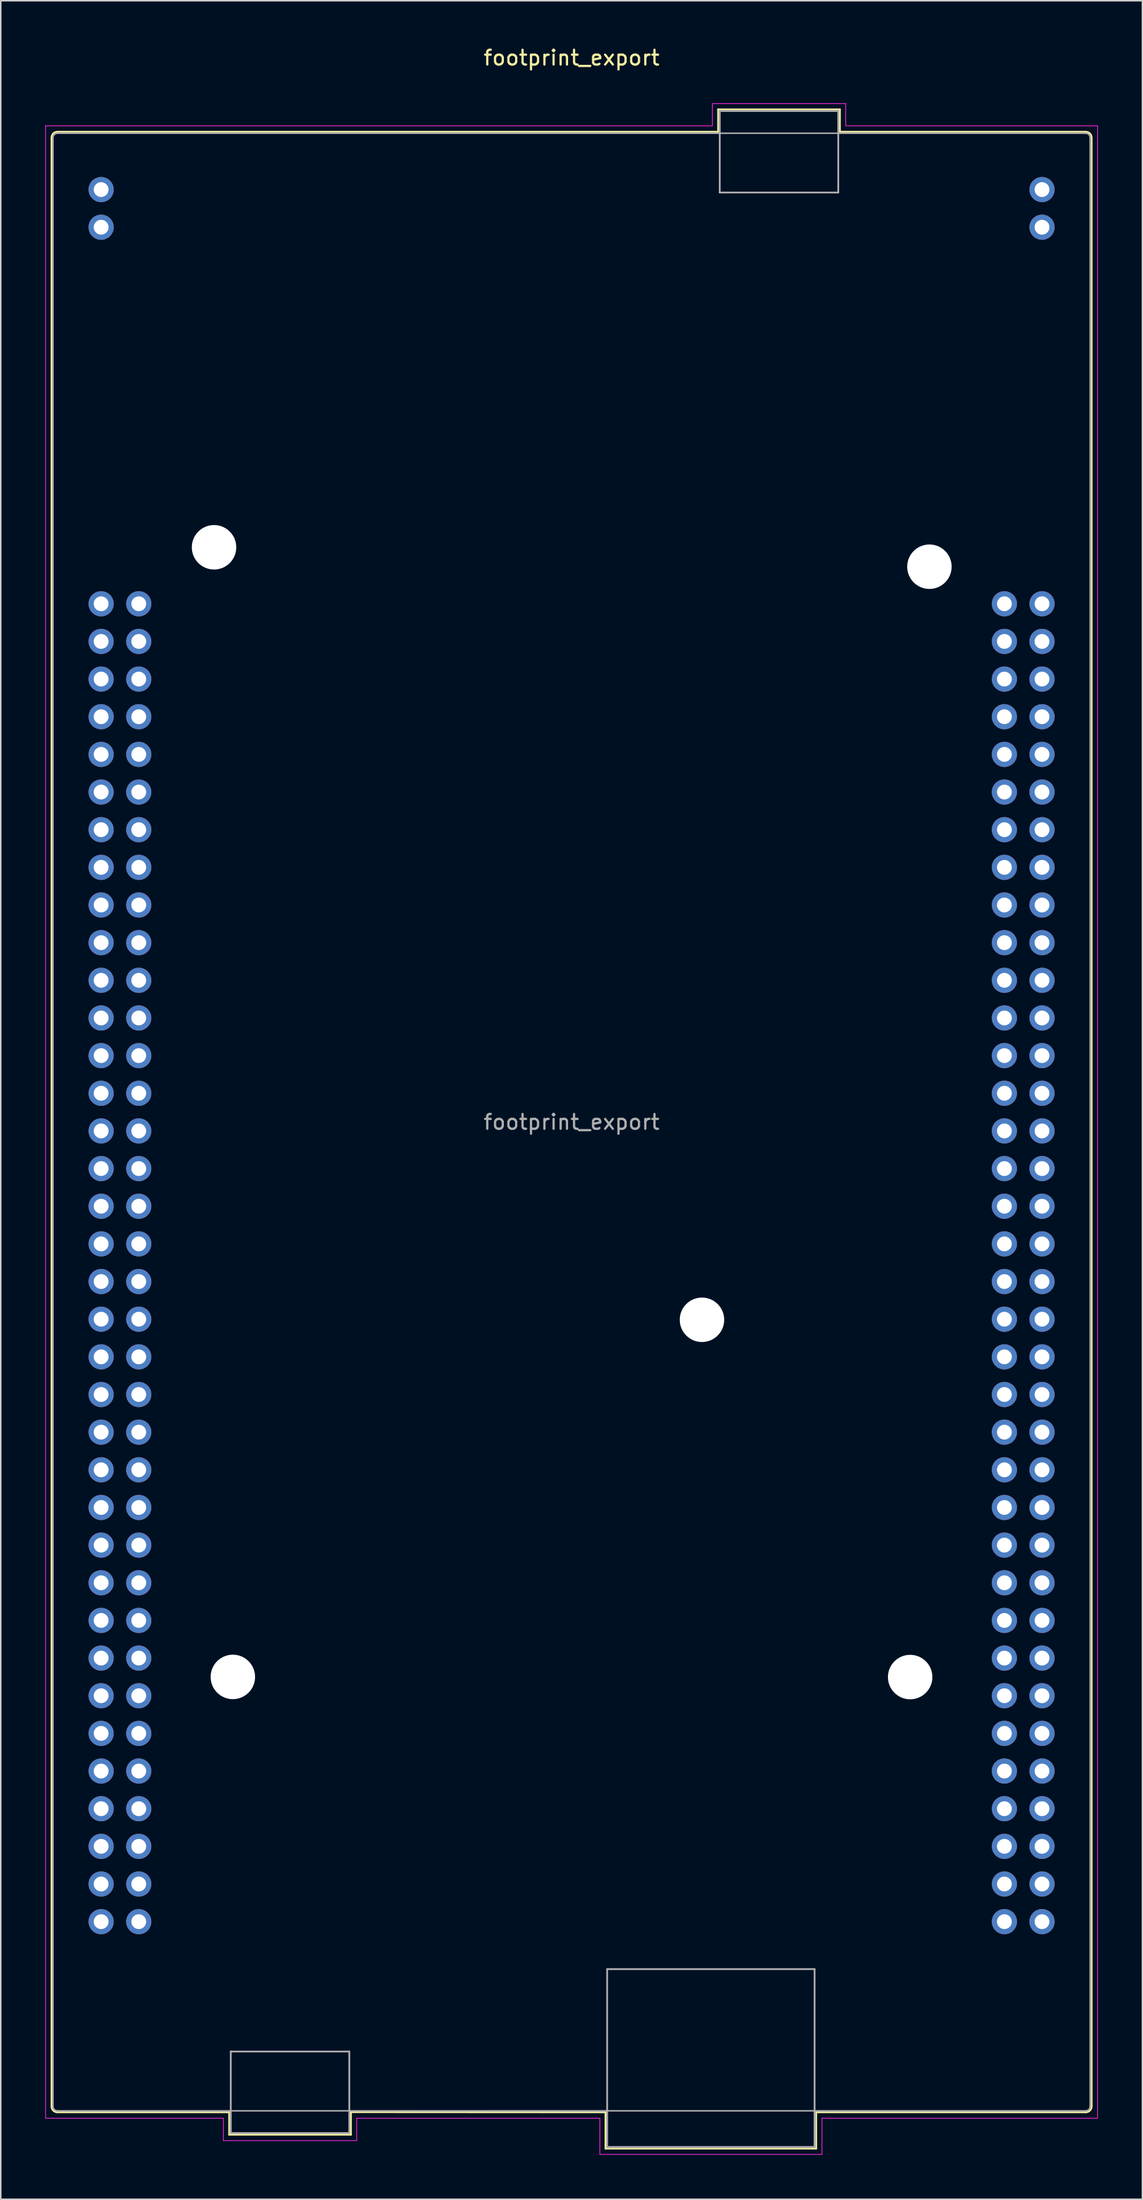
<source format=kicad_pcb>
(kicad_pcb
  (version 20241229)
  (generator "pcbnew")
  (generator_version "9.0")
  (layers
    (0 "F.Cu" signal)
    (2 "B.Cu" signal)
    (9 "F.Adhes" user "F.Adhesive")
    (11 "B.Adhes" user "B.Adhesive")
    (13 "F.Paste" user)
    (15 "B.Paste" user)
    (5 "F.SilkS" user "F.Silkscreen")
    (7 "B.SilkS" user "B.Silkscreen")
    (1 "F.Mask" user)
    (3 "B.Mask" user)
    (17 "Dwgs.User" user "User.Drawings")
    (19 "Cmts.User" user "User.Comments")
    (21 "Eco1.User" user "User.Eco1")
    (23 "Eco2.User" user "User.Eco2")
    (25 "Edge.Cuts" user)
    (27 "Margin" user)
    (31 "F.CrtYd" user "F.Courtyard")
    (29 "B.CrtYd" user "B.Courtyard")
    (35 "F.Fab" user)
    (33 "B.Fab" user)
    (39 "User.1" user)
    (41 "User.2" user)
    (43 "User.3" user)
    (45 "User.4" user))
  (footprint "footprint_export"
    (layer "F.Cu")
    (at 3.775 37.678)
    (property "Reference" "footprint_export" (at 31.75 -36.83 0) (layer "F.SilkS") (effects (font (size 1 1) (thickness 0.15))))
    (attr through_hole)
    (fp_line (start -3.35 -31.44) (end -3.35 101.36) (stroke (width 0.12) (type solid)) (layer "F.SilkS"))
    (fp_line (start 8.64 101.76) (end -2.95 101.76) (stroke (width 0.12) (type solid)) (layer "F.SilkS"))
    (fp_line (start 8.64 101.76) (end 8.64 103.27) (stroke (width 0.12) (type solid)) (layer "F.SilkS"))
    (fp_line (start 8.64 103.27) (end 16.86 103.27) (stroke (width 0.12) (type solid)) (layer "F.SilkS"))
    (fp_line (start 16.86 103.27) (end 16.86 101.75) (stroke (width 0.12) (type solid)) (layer "F.SilkS"))
    (fp_line (start 34.04 101.76) (end 16.86 101.75) (stroke (width 0.12) (type solid)) (layer "F.SilkS"))
    (fp_line (start 34.04 104.21) (end 34.04 101.76) (stroke (width 0.12) (type solid)) (layer "F.SilkS"))
    (fp_line (start 41.64 -33.35) (end 49.86 -33.35) (stroke (width 0.12) (type solid)) (layer "F.SilkS"))
    (fp_line (start 41.64 -31.84) (end -2.95 -31.84) (stroke (width 0.12) (type solid)) (layer "F.SilkS"))
    (fp_line (start 41.64 -31.84) (end 41.64 -33.35) (stroke (width 0.12) (type solid)) (layer "F.SilkS"))
    (fp_line (start 48.26 101.76) (end 48.26 104.21) (stroke (width 0.12) (type solid)) (layer "F.SilkS"))
    (fp_line (start 48.26 101.76) (end 66.45 101.76) (stroke (width 0.12) (type solid)) (layer "F.SilkS"))
    (fp_line (start 48.26 104.21) (end 34.04 104.21) (stroke (width 0.12) (type solid)) (layer "F.SilkS"))
    (fp_line (start 49.86 -33.35) (end 49.86 -31.84) (stroke (width 0.12) (type solid)) (layer "F.SilkS"))
    (fp_line (start 49.86 -31.84) (end 66.45 -31.84) (stroke (width 0.12) (type solid)) (layer "F.SilkS"))
    (fp_line (start 66.85 101.36) (end 66.85 -31.44) (stroke (width 0.12) (type solid)) (layer "F.SilkS"))
    (fp_arc (start -3.35 -31.44) (mid -3.232843 -31.722843) (end -2.95 -31.84) (stroke (width 0.12) (type solid)) (layer "F.SilkS"))
    (fp_arc (start -2.95 101.76) (mid -3.232843 101.642843) (end -3.35 101.36) (stroke (width 0.12) (type solid)) (layer "F.SilkS"))
    (fp_arc (start 66.45 -31.84) (mid 66.732843 -31.722843) (end 66.85 -31.44) (stroke (width 0.12) (type solid)) (layer "F.SilkS"))
    (fp_arc (start 66.85 101.36) (mid 66.732843 101.642843) (end 66.45 101.76) (stroke (width 0.12) (type solid)) (layer "F.SilkS"))
    (fp_line (start -3.75 -32.24) (end -3.75 102.16) (stroke (width 0.05) (type solid)) (layer "F.CrtYd"))
    (fp_line (start -3.75 102.16) (end 8.25 102.16) (stroke (width 0.05) (type solid)) (layer "F.CrtYd"))
    (fp_line (start 8.25 102.16) (end 8.25 103.67) (stroke (width 0.05) (type solid)) (layer "F.CrtYd"))
    (fp_line (start 8.25 103.67) (end 17.25 103.67) (stroke (width 0.05) (type solid)) (layer "F.CrtYd"))
    (fp_line (start 17.25 102.16) (end 17.25 103.67) (stroke (width 0.05) (type solid)) (layer "F.CrtYd"))
    (fp_line (start 17.25 102.16) (end 33.66 102.16) (stroke (width 0.05) (type solid)) (layer "F.CrtYd"))
    (fp_line (start 33.66 104.6) (end 33.66 102.16) (stroke (width 0.05) (type solid)) (layer "F.CrtYd"))
    (fp_line (start 33.66 104.6) (end 48.65 104.6) (stroke (width 0.05) (type solid)) (layer "F.CrtYd"))
    (fp_line (start 41.25 -33.74) (end 50.25 -33.74) (stroke (width 0.05) (type solid)) (layer "F.CrtYd"))
    (fp_line (start 41.25 -32.24) (end -3.75 -32.24) (stroke (width 0.05) (type solid)) (layer "F.CrtYd"))
    (fp_line (start 41.25 -32.24) (end 41.25 -33.74) (stroke (width 0.05) (type solid)) (layer "F.CrtYd"))
    (fp_line (start 48.65 102.16) (end 48.65 104.6) (stroke (width 0.05) (type solid)) (layer "F.CrtYd"))
    (fp_line (start 50.25 -32.24) (end 50.25 -33.74) (stroke (width 0.05) (type solid)) (layer "F.CrtYd"))
    (fp_line (start 50.25 -32.24) (end 67.25 -32.24) (stroke (width 0.05) (type solid)) (layer "F.CrtYd"))
    (fp_line (start 67.25 102.16) (end 48.65 102.16) (stroke (width 0.05) (type solid)) (layer "F.CrtYd"))
    (fp_line (start 67.25 102.16) (end 67.25 -32.24) (stroke (width 0.05) (type solid)) (layer "F.CrtYd"))
    (fp_line (start -3.25 101.36) (end -3.25 -31.44) (stroke (width 0.1) (type solid)) (layer "F.Fab"))
    (fp_line (start 8.75 97.66) (end 16.75 97.66) (stroke (width 0.12) (type solid)) (layer "F.Fab"))
    (fp_line (start 8.75 103.16) (end 8.75 97.65) (stroke (width 0.12) (type solid)) (layer "F.Fab"))
    (fp_line (start 8.75 103.16) (end 16.75 103.16) (stroke (width 0.12) (type solid)) (layer "F.Fab"))
    (fp_line (start 16.75 97.66) (end 16.75 103.16) (stroke (width 0.12) (type solid)) (layer "F.Fab"))
    (fp_line (start 34.15 92.1) (end 48.15 92.1) (stroke (width 0.12) (type solid)) (layer "F.Fab"))
    (fp_line (start 34.15 104.1) (end 34.15 92.1) (stroke (width 0.12) (type solid)) (layer "F.Fab"))
    (fp_line (start 34.15 104.1) (end 48.15 104.1) (stroke (width 0.12) (type solid)) (layer "F.Fab"))
    (fp_line (start 41.75 -33.24) (end 49.75 -33.24) (stroke (width 0.12) (type solid)) (layer "F.Fab"))
    (fp_line (start 41.75 -27.74) (end 41.75 -33.24) (stroke (width 0.12) (type solid)) (layer "F.Fab"))
    (fp_line (start 41.75 -27.74) (end 49.75 -27.74) (stroke (width 0.12) (type solid)) (layer "F.Fab"))
    (fp_line (start 48.15 104.1) (end 48.15 92.1) (stroke (width 0.12) (type solid)) (layer "F.Fab"))
    (fp_line (start 49.75 -33.24) (end 49.75 -27.74) (stroke (width 0.12) (type solid)) (layer "F.Fab"))
    (fp_line (start 66.45 -31.74) (end -2.95 -31.74) (stroke (width 0.1) (type solid)) (layer "F.Fab"))
    (fp_line (start 66.45 101.66) (end -2.95 101.66) (stroke (width 0.1) (type solid)) (layer "F.Fab"))
    (fp_line (start 66.75 101.36) (end 66.75 -31.44) (stroke (width 0.1) (type solid)) (layer "F.Fab"))
    (fp_arc (start -3.25 -31.44) (mid -3.162132 -31.652132) (end -2.95 -31.74) (stroke (width 0.1) (type solid)) (layer "F.Fab"))
    (fp_arc (start -2.95 101.66) (mid -3.162132 101.572132) (end -3.25 101.36) (stroke (width 0.1) (type solid)) (layer "F.Fab"))
    (fp_arc (start 66.45 -31.74) (mid 66.662132 -31.652132) (end 66.75 -31.44) (stroke (width 0.1) (type solid)) (layer "F.Fab"))
    (fp_arc (start 66.75 101.36) (mid 66.662132 101.572132) (end 66.45 101.66) (stroke (width 0.1) (type solid)) (layer "F.Fab"))
    (fp_text user "${REFERENCE}" (at 31.75 34.96 0) (layer "F.Fab") (effects (font (size 1 1) (thickness 0.15))))
    (pad "" np_thru_hole circle (at 7.62 -3.81) (size 3 3) (drill 3) (layers "*.Cu" "*.Mask"))
    (pad "" np_thru_hole circle (at 8.89 72.39) (size 3 3) (drill 3) (layers "*.Cu" "*.Mask"))
    (pad "" np_thru_hole circle (at 40.55 48.3) (size 3 3) (drill 3) (layers "*.Cu" "*.Mask"))
    (pad "" np_thru_hole circle (at 54.6 72.4) (size 3 3) (drill 3) (layers "*.Cu" "*.Mask"))
    (pad "" np_thru_hole circle (at 55.9 -2.5) (size 3 3) (drill 3) (layers "*.Cu" "*.Mask"))
    (pad "1" thru_hole circle (at 0 0) (size 1.7 1.7) (drill 1) (layers "*.Cu" "*.Mask"))
    (pad "2" thru_hole circle (at 2.54 0) (size 1.7 1.7) (drill 1) (layers "*.Cu" "*.Mask"))
    (pad "3" thru_hole circle (at 0 2.54) (size 1.7 1.7) (drill 1) (layers "*.Cu" "*.Mask"))
    (pad "4" thru_hole circle (at 2.54 2.54) (size 1.7 1.7) (drill 1) (layers "*.Cu" "*.Mask"))
    (pad "5" thru_hole circle (at 0 5.08) (size 1.7 1.7) (drill 1) (layers "*.Cu" "*.Mask"))
    (pad "6" thru_hole circle (at 2.54 5.08) (size 1.7 1.7) (drill 1) (layers "*.Cu" "*.Mask"))
    (pad "7" thru_hole circle (at 0 7.62) (size 1.7 1.7) (drill 1) (layers "*.Cu" "*.Mask"))
    (pad "8" thru_hole circle (at 2.54 7.62) (size 1.7 1.7) (drill 1) (layers "*.Cu" "*.Mask"))
    (pad "9" thru_hole circle (at 0 10.16) (size 1.7 1.7) (drill 1) (layers "*.Cu" "*.Mask"))
    (pad "10" thru_hole circle (at 2.54 10.16) (size 1.7 1.7) (drill 1) (layers "*.Cu" "*.Mask"))
    (pad "11" thru_hole circle (at 0 12.7) (size 1.7 1.7) (drill 1) (layers "*.Cu" "*.Mask"))
    (pad "12" thru_hole circle (at 2.54 12.7) (size 1.7 1.7) (drill 1) (layers "*.Cu" "*.Mask"))
    (pad "13" thru_hole circle (at 0 15.24) (size 1.7 1.7) (drill 1) (layers "*.Cu" "*.Mask"))
    (pad "14" thru_hole circle (at 2.54 15.24) (size 1.7 1.7) (drill 1) (layers "*.Cu" "*.Mask"))
    (pad "15" thru_hole circle (at 0 17.78) (size 1.7 1.7) (drill 1) (layers "*.Cu" "*.Mask"))
    (pad "16" thru_hole circle (at 2.54 17.78) (size 1.7 1.7) (drill 1) (layers "*.Cu" "*.Mask"))
    (pad "17" thru_hole circle (at 0 20.32) (size 1.7 1.7) (drill 1) (layers "*.Cu" "*.Mask"))
    (pad "18" thru_hole circle (at 2.54 20.32) (size 1.7 1.7) (drill 1) (layers "*.Cu" "*.Mask"))
    (pad "19" thru_hole circle (at 0 22.86) (size 1.7 1.7) (drill 1) (layers "*.Cu" "*.Mask"))
    (pad "20" thru_hole circle (at 2.54 22.86) (size 1.7 1.7) (drill 1) (layers "*.Cu" "*.Mask"))
    (pad "21" thru_hole circle (at 0 25.4) (size 1.7 1.7) (drill 1) (layers "*.Cu" "*.Mask"))
    (pad "22" thru_hole circle (at 2.54 25.4) (size 1.7 1.7) (drill 1) (layers "*.Cu" "*.Mask"))
    (pad "23" thru_hole circle (at 0 27.94) (size 1.7 1.7) (drill 1) (layers "*.Cu" "*.Mask"))
    (pad "24" thru_hole circle (at 2.54 27.94) (size 1.7 1.7) (drill 1) (layers "*.Cu" "*.Mask"))
    (pad "25" thru_hole circle (at 0 30.48) (size 1.7 1.7) (drill 1) (layers "*.Cu" "*.Mask"))
    (pad "26" thru_hole circle (at 2.54 30.48) (size 1.7 1.7) (drill 1) (layers "*.Cu" "*.Mask"))
    (pad "27" thru_hole circle (at 0 33.02) (size 1.7 1.7) (drill 1) (layers "*.Cu" "*.Mask"))
    (pad "28" thru_hole circle (at 2.54 33.02) (size 1.7 1.7) (drill 1) (layers "*.Cu" "*.Mask"))
    (pad "29" thru_hole circle (at 0 35.56) (size 1.7 1.7) (drill 1) (layers "*.Cu" "*.Mask"))
    (pad "30" thru_hole circle (at 2.54 35.56) (size 1.7 1.7) (drill 1) (layers "*.Cu" "*.Mask"))
    (pad "31" thru_hole circle (at 0 38.1) (size 1.7 1.7) (drill 1) (layers "*.Cu" "*.Mask"))
    (pad "32" thru_hole circle (at 2.54 38.1) (size 1.7 1.7) (drill 1) (layers "*.Cu" "*.Mask"))
    (pad "33" thru_hole circle (at 0 40.64) (size 1.7 1.7) (drill 1) (layers "*.Cu" "*.Mask"))
    (pad "34" thru_hole circle (at 2.54 40.64) (size 1.7 1.7) (drill 1) (layers "*.Cu" "*.Mask"))
    (pad "35" thru_hole circle (at 0 43.18) (size 1.7 1.7) (drill 1) (layers "*.Cu" "*.Mask"))
    (pad "36" thru_hole circle (at 2.54 43.18) (size 1.7 1.7) (drill 1) (layers "*.Cu" "*.Mask"))
    (pad "37" thru_hole circle (at 0 45.72) (size 1.7 1.7) (drill 1) (layers "*.Cu" "*.Mask"))
    (pad "38" thru_hole circle (at 2.54 45.72) (size 1.7 1.7) (drill 1) (layers "*.Cu" "*.Mask"))
    (pad "39" thru_hole circle (at 0 48.26) (size 1.7 1.7) (drill 1) (layers "*.Cu" "*.Mask"))
    (pad "40" thru_hole circle (at 2.54 48.26) (size 1.7 1.7) (drill 1) (layers "*.Cu" "*.Mask"))
    (pad "41" thru_hole circle (at 0 50.8) (size 1.7 1.7) (drill 1) (layers "*.Cu" "*.Mask"))
    (pad "42" thru_hole circle (at 2.54 50.8) (size 1.7 1.7) (drill 1) (layers "*.Cu" "*.Mask"))
    (pad "43" thru_hole circle (at 0 53.34) (size 1.7 1.7) (drill 1) (layers "*.Cu" "*.Mask"))
    (pad "44" thru_hole circle (at 2.54 53.34) (size 1.7 1.7) (drill 1) (layers "*.Cu" "*.Mask"))
    (pad "45" thru_hole circle (at 0 55.88) (size 1.7 1.7) (drill 1) (layers "*.Cu" "*.Mask"))
    (pad "46" thru_hole circle (at 2.54 55.88) (size 1.7 1.7) (drill 1) (layers "*.Cu" "*.Mask"))
    (pad "47" thru_hole circle (at 0 58.42) (size 1.7 1.7) (drill 1) (layers "*.Cu" "*.Mask"))
    (pad "48" thru_hole circle (at 2.54 58.42) (size 1.7 1.7) (drill 1) (layers "*.Cu" "*.Mask"))
    (pad "49" thru_hole circle (at 0 60.96) (size 1.7 1.7) (drill 1) (layers "*.Cu" "*.Mask"))
    (pad "50" thru_hole circle (at 2.54 60.96) (size 1.7 1.7) (drill 1) (layers "*.Cu" "*.Mask"))
    (pad "51" thru_hole circle (at 0 63.5) (size 1.7 1.7) (drill 1) (layers "*.Cu" "*.Mask"))
    (pad "52" thru_hole circle (at 2.54 63.5) (size 1.7 1.7) (drill 1) (layers "*.Cu" "*.Mask"))
    (pad "53" thru_hole circle (at 0 66.04) (size 1.7 1.7) (drill 1) (layers "*.Cu" "*.Mask"))
    (pad "54" thru_hole circle (at 2.54 66.04) (size 1.7 1.7) (drill 1) (layers "*.Cu" "*.Mask"))
    (pad "55" thru_hole circle (at 0 68.58) (size 1.7 1.7) (drill 1) (layers "*.Cu" "*.Mask"))
    (pad "56" thru_hole circle (at 2.54 68.58) (size 1.7 1.7) (drill 1) (layers "*.Cu" "*.Mask"))
    (pad "57" thru_hole circle (at 0 71.12) (size 1.7 1.7) (drill 1) (layers "*.Cu" "*.Mask"))
    (pad "58" thru_hole circle (at 2.54 71.12) (size 1.7 1.7) (drill 1) (layers "*.Cu" "*.Mask"))
    (pad "59" thru_hole circle (at 0 73.66) (size 1.7 1.7) (drill 1) (layers "*.Cu" "*.Mask"))
    (pad "60" thru_hole circle (at 2.54 73.66) (size 1.7 1.7) (drill 1) (layers "*.Cu" "*.Mask"))
    (pad "61" thru_hole circle (at 0 76.2) (size 1.7 1.7) (drill 1) (layers "*.Cu" "*.Mask"))
    (pad "62" thru_hole circle (at 2.54 76.2) (size 1.7 1.7) (drill 1) (layers "*.Cu" "*.Mask"))
    (pad "63" thru_hole circle (at 0 78.74) (size 1.7 1.7) (drill 1) (layers "*.Cu" "*.Mask"))
    (pad "64" thru_hole circle (at 2.54 78.74) (size 1.7 1.7) (drill 1) (layers "*.Cu" "*.Mask"))
    (pad "65" thru_hole circle (at 0 81.28) (size 1.7 1.7) (drill 1) (layers "*.Cu" "*.Mask"))
    (pad "66" thru_hole circle (at 2.54 81.28) (size 1.7 1.7) (drill 1) (layers "*.Cu" "*.Mask"))
    (pad "67" thru_hole circle (at 0 83.82) (size 1.7 1.7) (drill 1) (layers "*.Cu" "*.Mask"))
    (pad "68" thru_hole circle (at 2.54 83.82) (size 1.7 1.7) (drill 1) (layers "*.Cu" "*.Mask"))
    (pad "69" thru_hole circle (at 0 86.36) (size 1.7 1.7) (drill 1) (layers "*.Cu" "*.Mask"))
    (pad "70" thru_hole circle (at 2.54 86.36) (size 1.7 1.7) (drill 1) (layers "*.Cu" "*.Mask"))
    (pad "71" thru_hole circle (at 0 88.9) (size 1.7 1.7) (drill 1) (layers "*.Cu" "*.Mask"))
    (pad "72" thru_hole circle (at 2.54 88.9) (size 1.7 1.7) (drill 1) (layers "*.Cu" "*.Mask"))
    (pad "73" thru_hole circle (at 60.96 0) (size 1.7 1.7) (drill 1) (layers "*.Cu" "*.Mask"))
    (pad "74" thru_hole circle (at 63.5 0) (size 1.7 1.7) (drill 1) (layers "*.Cu" "*.Mask"))
    (pad "75" thru_hole circle (at 60.96 2.54) (size 1.7 1.7) (drill 1) (layers "*.Cu" "*.Mask"))
    (pad "76" thru_hole circle (at 63.5 2.54) (size 1.7 1.7) (drill 1) (layers "*.Cu" "*.Mask"))
    (pad "77" thru_hole circle (at 60.96 5.08) (size 1.7 1.7) (drill 1) (layers "*.Cu" "*.Mask"))
    (pad "78" thru_hole circle (at 63.5 5.08) (size 1.7 1.7) (drill 1) (layers "*.Cu" "*.Mask"))
    (pad "79" thru_hole circle (at 60.96 7.62) (size 1.7 1.7) (drill 1) (layers "*.Cu" "*.Mask"))
    (pad "80" thru_hole circle (at 63.5 7.62) (size 1.7 1.7) (drill 1) (layers "*.Cu" "*.Mask"))
    (pad "81" thru_hole circle (at 60.96 10.16) (size 1.7 1.7) (drill 1) (layers "*.Cu" "*.Mask"))
    (pad "82" thru_hole circle (at 63.5 10.16) (size 1.7 1.7) (drill 1) (layers "*.Cu" "*.Mask"))
    (pad "83" thru_hole circle (at 60.96 12.7) (size 1.7 1.7) (drill 1) (layers "*.Cu" "*.Mask"))
    (pad "84" thru_hole circle (at 63.5 12.7) (size 1.7 1.7) (drill 1) (layers "*.Cu" "*.Mask"))
    (pad "85" thru_hole circle (at 60.96 15.24) (size 1.7 1.7) (drill 1) (layers "*.Cu" "*.Mask"))
    (pad "86" thru_hole circle (at 63.5 15.24) (size 1.7 1.7) (drill 1) (layers "*.Cu" "*.Mask"))
    (pad "87" thru_hole circle (at 60.96 17.78) (size 1.7 1.7) (drill 1) (layers "*.Cu" "*.Mask"))
    (pad "88" thru_hole circle (at 63.5 17.78) (size 1.7 1.7) (drill 1) (layers "*.Cu" "*.Mask"))
    (pad "89" thru_hole circle (at 60.96 20.32) (size 1.7 1.7) (drill 1) (layers "*.Cu" "*.Mask"))
    (pad "90" thru_hole circle (at 63.5 20.32) (size 1.7 1.7) (drill 1) (layers "*.Cu" "*.Mask"))
    (pad "91" thru_hole circle (at 60.96 22.86) (size 1.7 1.7) (drill 1) (layers "*.Cu" "*.Mask"))
    (pad "92" thru_hole circle (at 63.5 22.86) (size 1.7 1.7) (drill 1) (layers "*.Cu" "*.Mask"))
    (pad "93" thru_hole circle (at 60.96 25.4) (size 1.7 1.7) (drill 1) (layers "*.Cu" "*.Mask"))
    (pad "94" thru_hole circle (at 63.5 25.4) (size 1.7 1.7) (drill 1) (layers "*.Cu" "*.Mask"))
    (pad "95" thru_hole circle (at 60.96 27.94) (size 1.7 1.7) (drill 1) (layers "*.Cu" "*.Mask"))
    (pad "96" thru_hole circle (at 63.5 27.94) (size 1.7 1.7) (drill 1) (layers "*.Cu" "*.Mask"))
    (pad "97" thru_hole circle (at 60.96 30.48) (size 1.7 1.7) (drill 1) (layers "*.Cu" "*.Mask"))
    (pad "98" thru_hole circle (at 63.5 30.48) (size 1.7 1.7) (drill 1) (layers "*.Cu" "*.Mask"))
    (pad "99" thru_hole circle (at 60.96 33.02) (size 1.7 1.7) (drill 1) (layers "*.Cu" "*.Mask"))
    (pad "100" thru_hole circle (at 63.5 33.02) (size 1.7 1.7) (drill 1) (layers "*.Cu" "*.Mask"))
    (pad "101" thru_hole circle (at 60.96 35.56) (size 1.7 1.7) (drill 1) (layers "*.Cu" "*.Mask"))
    (pad "102" thru_hole circle (at 63.5 35.56) (size 1.7 1.7) (drill 1) (layers "*.Cu" "*.Mask"))
    (pad "103" thru_hole circle (at 60.96 38.1) (size 1.7 1.7) (drill 1) (layers "*.Cu" "*.Mask"))
    (pad "104" thru_hole circle (at 63.5 38.1) (size 1.7 1.7) (drill 1) (layers "*.Cu" "*.Mask"))
    (pad "105" thru_hole circle (at 60.96 40.64) (size 1.7 1.7) (drill 1) (layers "*.Cu" "*.Mask"))
    (pad "106" thru_hole circle (at 63.5 40.64) (size 1.7 1.7) (drill 1) (layers "*.Cu" "*.Mask"))
    (pad "107" thru_hole circle (at 60.96 43.18) (size 1.7 1.7) (drill 1) (layers "*.Cu" "*.Mask"))
    (pad "108" thru_hole circle (at 63.5 43.18) (size 1.7 1.7) (drill 1) (layers "*.Cu" "*.Mask"))
    (pad "109" thru_hole circle (at 60.96 45.72) (size 1.7 1.7) (drill 1) (layers "*.Cu" "*.Mask"))
    (pad "110" thru_hole circle (at 63.5 45.72) (size 1.7 1.7) (drill 1) (layers "*.Cu" "*.Mask"))
    (pad "111" thru_hole circle (at 60.96 48.26) (size 1.7 1.7) (drill 1) (layers "*.Cu" "*.Mask"))
    (pad "112" thru_hole circle (at 63.5 48.26) (size 1.7 1.7) (drill 1) (layers "*.Cu" "*.Mask"))
    (pad "113" thru_hole circle (at 60.96 50.8) (size 1.7 1.7) (drill 1) (layers "*.Cu" "*.Mask"))
    (pad "114" thru_hole circle (at 63.5 50.8) (size 1.7 1.7) (drill 1) (layers "*.Cu" "*.Mask"))
    (pad "115" thru_hole circle (at 60.96 53.34) (size 1.7 1.7) (drill 1) (layers "*.Cu" "*.Mask"))
    (pad "116" thru_hole circle (at 63.5 53.34) (size 1.7 1.7) (drill 1) (layers "*.Cu" "*.Mask"))
    (pad "117" thru_hole circle (at 60.96 55.88) (size 1.7 1.7) (drill 1) (layers "*.Cu" "*.Mask"))
    (pad "118" thru_hole circle (at 63.5 55.88) (size 1.7 1.7) (drill 1) (layers "*.Cu" "*.Mask"))
    (pad "119" thru_hole circle (at 60.96 58.42) (size 1.7 1.7) (drill 1) (layers "*.Cu" "*.Mask"))
    (pad "120" thru_hole circle (at 63.5 58.42) (size 1.7 1.7) (drill 1) (layers "*.Cu" "*.Mask"))
    (pad "121" thru_hole circle (at 60.96 60.96) (size 1.7 1.7) (drill 1) (layers "*.Cu" "*.Mask"))
    (pad "122" thru_hole circle (at 63.5 60.96) (size 1.7 1.7) (drill 1) (layers "*.Cu" "*.Mask"))
    (pad "123" thru_hole circle (at 60.96 63.5) (size 1.7 1.7) (drill 1) (layers "*.Cu" "*.Mask"))
    (pad "124" thru_hole circle (at 63.5 63.5) (size 1.7 1.7) (drill 1) (layers "*.Cu" "*.Mask"))
    (pad "125" thru_hole circle (at 60.96 66.04) (size 1.7 1.7) (drill 1) (layers "*.Cu" "*.Mask"))
    (pad "126" thru_hole circle (at 63.5 66.04) (size 1.7 1.7) (drill 1) (layers "*.Cu" "*.Mask"))
    (pad "127" thru_hole circle (at 60.96 68.58) (size 1.7 1.7) (drill 1) (layers "*.Cu" "*.Mask"))
    (pad "128" thru_hole circle (at 63.5 68.58) (size 1.7 1.7) (drill 1) (layers "*.Cu" "*.Mask"))
    (pad "129" thru_hole circle (at 60.96 71.12) (size 1.7 1.7) (drill 1) (layers "*.Cu" "*.Mask"))
    (pad "130" thru_hole circle (at 63.5 71.12) (size 1.7 1.7) (drill 1) (layers "*.Cu" "*.Mask"))
    (pad "131" thru_hole circle (at 60.96 73.66) (size 1.7 1.7) (drill 1) (layers "*.Cu" "*.Mask"))
    (pad "132" thru_hole circle (at 63.5 73.66) (size 1.7 1.7) (drill 1) (layers "*.Cu" "*.Mask"))
    (pad "133" thru_hole circle (at 60.96 76.2) (size 1.7 1.7) (drill 1) (layers "*.Cu" "*.Mask"))
    (pad "134" thru_hole circle (at 63.5 76.2) (size 1.7 1.7) (drill 1) (layers "*.Cu" "*.Mask"))
    (pad "135" thru_hole circle (at 60.96 78.74) (size 1.7 1.7) (drill 1) (layers "*.Cu" "*.Mask"))
    (pad "136" thru_hole circle (at 63.5 78.74) (size 1.7 1.7) (drill 1) (layers "*.Cu" "*.Mask"))
    (pad "137" thru_hole circle (at 60.96 81.28) (size 1.7 1.7) (drill 1) (layers "*.Cu" "*.Mask"))
    (pad "138" thru_hole circle (at 63.5 81.28) (size 1.7 1.7) (drill 1) (layers "*.Cu" "*.Mask"))
    (pad "139" thru_hole circle (at 60.96 83.82) (size 1.7 1.7) (drill 1) (layers "*.Cu" "*.Mask"))
    (pad "140" thru_hole circle (at 63.5 83.82) (size 1.7 1.7) (drill 1) (layers "*.Cu" "*.Mask"))
    (pad "141" thru_hole circle (at 60.96 86.36) (size 1.7 1.7) (drill 1) (layers "*.Cu" "*.Mask"))
    (pad "142" thru_hole circle (at 63.5 86.36) (size 1.7 1.7) (drill 1) (layers "*.Cu" "*.Mask"))
    (pad "143" thru_hole circle (at 60.96 88.9) (size 1.7 1.7) (drill 1) (layers "*.Cu" "*.Mask"))
    (pad "144" thru_hole circle (at 63.5 88.9) (size 1.7 1.7) (drill 1) (layers "*.Cu" "*.Mask"))
    (pad "145" thru_hole circle (at 0 -27.94) (size 1.7 1.7) (drill 1) (layers "*.Cu" "*.Mask"))
    (pad "146" thru_hole circle (at 0 -25.4) (size 1.7 1.7) (drill 1) (layers "*.Cu" "*.Mask"))
    (pad "147" thru_hole circle (at 63.5 -27.94) (size 1.7 1.7) (drill 1) (layers "*.Cu" "*.Mask"))
    (pad "148" thru_hole circle (at 63.5 -25.4) (size 1.7 1.7) (drill 1) (layers "*.Cu" "*.Mask")))
  (gr_rect
    (start -3 -3)
    (end 74.05 145.303)
    (stroke (width 0.1) (type default))
    (fill no)
    (layer "Edge.Cuts")))
</source>
